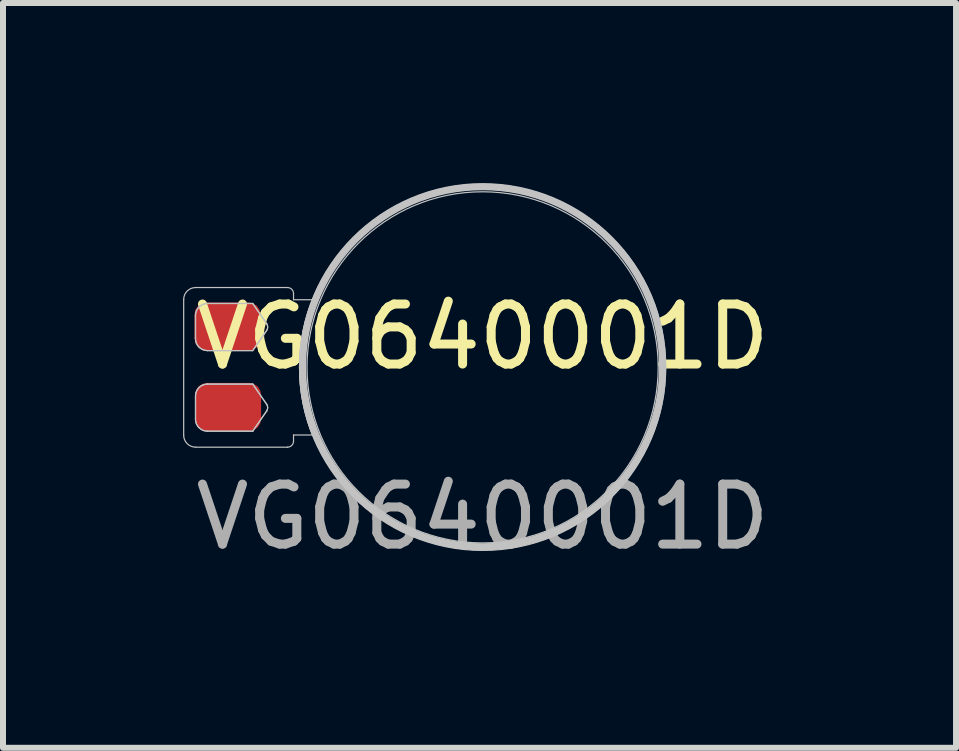
<source format=kicad_pcb>
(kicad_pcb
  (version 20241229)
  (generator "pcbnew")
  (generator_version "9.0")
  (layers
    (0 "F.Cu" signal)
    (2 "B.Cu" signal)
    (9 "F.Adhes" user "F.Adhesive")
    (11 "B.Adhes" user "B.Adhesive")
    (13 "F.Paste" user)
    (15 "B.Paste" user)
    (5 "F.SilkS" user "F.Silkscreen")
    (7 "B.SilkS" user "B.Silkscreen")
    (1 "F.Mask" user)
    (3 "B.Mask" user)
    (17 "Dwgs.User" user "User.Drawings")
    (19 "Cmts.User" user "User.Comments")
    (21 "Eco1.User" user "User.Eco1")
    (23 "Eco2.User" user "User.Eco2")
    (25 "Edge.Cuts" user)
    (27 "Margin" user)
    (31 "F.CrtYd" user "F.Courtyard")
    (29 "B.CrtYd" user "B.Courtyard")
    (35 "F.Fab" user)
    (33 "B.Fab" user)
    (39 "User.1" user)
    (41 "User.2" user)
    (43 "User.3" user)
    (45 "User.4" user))
  (footprint "VG0640001D"
    (layer "F.Cu")
    (at 4.99 3.06)
    (property "Reference" "VG0640001D" (at 0 -0.5 0) (unlocked yes) (layer "F.SilkS") (effects (font (size 1 1) (thickness 0.15))))
    (attr smd)
    (fp_line (start -4.98 1.14) (end -4.98 -1.12) (stroke (width 0.02) (type solid)) (layer "Dwgs.User"))
    (fp_line (start -4.783 -0.854) (end -4.783 -0.469) (stroke (width 0.02) (type solid)) (layer "Dwgs.User"))
    (fp_line (start -4.783 -0.469) (end -4.783 -0.854) (stroke (width 0.02) (type solid)) (layer "Dwgs.User"))
    (fp_line (start -4.783 0.874) (end -4.783 0.489) (stroke (width 0.02) (type solid)) (layer "Dwgs.User"))
    (fp_line (start -4.783 0.874) (end -4.783 0.489) (stroke (width 0.02) (type solid)) (layer "Dwgs.User"))
    (fp_line (start -4.78 -1.32) (end -3.25 -1.32) (stroke (width 0.02) (type solid)) (layer "Dwgs.User"))
    (fp_line (start -4.583 -1.054) (end -3.83 -1.054) (stroke (width 0.02) (type solid)) (layer "Dwgs.User"))
    (fp_line (start -4.583 -0.269) (end -3.83 -0.269) (stroke (width 0.02) (type solid)) (layer "Dwgs.User"))
    (fp_line (start -4.583 0.289) (end -3.83 0.289) (stroke (width 0.02) (type solid)) (layer "Dwgs.User"))
    (fp_line (start -4.583 0.289) (end -3.83 0.289) (stroke (width 0.02) (type solid)) (layer "Dwgs.User"))
    (fp_line (start -3.83 -1.054) (end -4.583 -1.054) (stroke (width 0.02) (type solid)) (layer "Dwgs.User"))
    (fp_line (start -3.83 -1.054) (end -3.598 -0.718) (stroke (width 0.02) (type solid)) (layer "Dwgs.User"))
    (fp_line (start -3.83 -0.269) (end -4.583 -0.269) (stroke (width 0.02) (type solid)) (layer "Dwgs.User"))
    (fp_line (start -3.83 -0.269) (end -3.598 -0.604) (stroke (width 0.02) (type solid)) (layer "Dwgs.User"))
    (fp_line (start -3.83 0.289) (end -3.598 0.624) (stroke (width 0.02) (type solid)) (layer "Dwgs.User"))
    (fp_line (start -3.83 0.289) (end -3.598 0.624) (stroke (width 0.02) (type solid)) (layer "Dwgs.User"))
    (fp_line (start -3.83 1.074) (end -4.583 1.074) (stroke (width 0.02) (type solid)) (layer "Dwgs.User"))
    (fp_line (start -3.83 1.074) (end -4.583 1.074) (stroke (width 0.02) (type solid)) (layer "Dwgs.User"))
    (fp_line (start -3.598 -0.718) (end -3.83 -1.054) (stroke (width 0.02) (type solid)) (layer "Dwgs.User"))
    (fp_line (start -3.598 -0.604) (end -3.83 -0.269) (stroke (width 0.02) (type solid)) (layer "Dwgs.User"))
    (fp_line (start -3.598 0.738) (end -3.83 1.074) (stroke (width 0.02) (type solid)) (layer "Dwgs.User"))
    (fp_line (start -3.598 0.738) (end -3.83 1.074) (stroke (width 0.02) (type solid)) (layer "Dwgs.User"))
    (fp_line (start -3.25 1.34) (end -4.78 1.34) (stroke (width 0.02) (type solid)) (layer "Dwgs.User"))
    (fp_line (start -3.15 -1.22) (end -3.15 -1.117) (stroke (width 0.02) (type solid)) (layer "Dwgs.User"))
    (fp_line (start -3.15 -1.117) (end -2.834 -1.117) (stroke (width 0.02) (type solid)) (layer "Dwgs.User"))
    (fp_line (start -3.15 1.137) (end -3.15 1.24) (stroke (width 0.02) (type solid)) (layer "Dwgs.User"))
    (fp_line (start -2.834 1.137) (end -3.15 1.137) (stroke (width 0.02) (type solid)) (layer "Dwgs.User"))
    (fp_arc (start -4.980267 -1.119646) (mid -4.921689 -1.261068) (end -4.780267 -1.319646) (stroke (width 0.02) (type solid)) (layer "Dwgs.User"))
    (fp_arc (start -4.783429 -0.853556) (mid -4.72485 -0.994977) (end -4.583429 -1.053556) (stroke (width 0.02) (type solid)) (layer "Dwgs.User"))
    (fp_arc (start -4.783429 -0.853556) (mid -4.72485 -0.994977) (end -4.583429 -1.053556) (stroke (width 0.02) (type solid)) (layer "Dwgs.User"))
    (fp_arc (start -4.783429 0.489168) (mid -4.72485 0.347747) (end -4.583429 0.289168) (stroke (width 0.02) (type solid)) (layer "Dwgs.User"))
    (fp_arc (start -4.783429 0.489168) (mid -4.72485 0.347747) (end -4.583429 0.289168) (stroke (width 0.02) (type solid)) (layer "Dwgs.User"))
    (fp_arc (start -4.780267 1.339646) (mid -4.921689 1.281068) (end -4.980267 1.139646) (stroke (width 0.02) (type solid)) (layer "Dwgs.User"))
    (fp_arc (start -4.583429 -0.269168) (mid -4.72485 -0.327747) (end -4.783429 -0.469168) (stroke (width 0.02) (type solid)) (layer "Dwgs.User"))
    (fp_arc (start -4.583429 -0.269168) (mid -4.72485 -0.327747) (end -4.783429 -0.469168) (stroke (width 0.02) (type solid)) (layer "Dwgs.User"))
    (fp_arc (start -4.583429 1.073556) (mid -4.72485 1.014977) (end -4.783429 0.873556) (stroke (width 0.02) (type solid)) (layer "Dwgs.User"))
    (fp_arc (start -4.583429 1.073556) (mid -4.72485 1.014977) (end -4.783429 0.873556) (stroke (width 0.02) (type solid)) (layer "Dwgs.User"))
    (fp_arc (start -3.598122 -0.718319) (mid -3.580317 -0.661363) (end -3.598122 -0.604406) (stroke (width 0.02) (type solid)) (layer "Dwgs.User"))
    (fp_arc (start -3.598122 -0.718319) (mid -3.580317 -0.661363) (end -3.598122 -0.604406) (stroke (width 0.02) (type solid)) (layer "Dwgs.User"))
    (fp_arc (start -3.598122 0.624406) (mid -3.580317 0.681362) (end -3.598122 0.738319) (stroke (width 0.02) (type solid)) (layer "Dwgs.User"))
    (fp_arc (start -3.598122 0.624406) (mid -3.580317 0.681362) (end -3.598122 0.738319) (stroke (width 0.02) (type solid)) (layer "Dwgs.User"))
    (fp_arc (start -3.25 -1.319646) (mid -3.179289 -1.290357) (end -3.15 -1.219646) (stroke (width 0.02) (type solid)) (layer "Dwgs.User"))
    (fp_arc (start -3.15 1.239646) (mid -3.179289 1.310357) (end -3.25 1.339646) (stroke (width 0.02) (type solid)) (layer "Dwgs.User"))
    (fp_arc (start -2.834128 1.137039) (mid -3.05 0.01) (end -2.834128 -1.117039) (stroke (width 0.02) (type solid)) (layer "Dwgs.User"))
    (fp_circle (center 0 0) (end 3 0) (stroke (width 0.12) (type solid)) (fill no) (layer "Dwgs.User"))
    (fp_circle (center 0 0.01) (end 2.925 0.01) (stroke (width 0.02) (type solid)) (fill no) (layer "Dwgs.User"))
    (fp_circle (center 0 0.01) (end 3.05 0.01) (stroke (width 0.02) (type solid)) (fill no) (layer "Dwgs.User"))
    (fp_text user "${REFERENCE}" (at 0 2.5 0) (unlocked yes) (layer "F.Fab") (effects (font (size 1 1) (thickness 0.15))))
    (pad "1" smd roundrect (at -4.25 -0.67) (size 1.1 0.8) (layers "F.Cu" "F.Mask" "F.Paste") (roundrect_rratio 0.25))
    (pad "2" smd roundrect (at -4.24 0.67) (size 1.1 0.8) (layers "F.Cu" "F.Mask" "F.Paste") (roundrect_rratio 0.25)))
  (gr_rect
    (start -3 -3)
    (end 12.877 9.408)
    (stroke (width 0.1) (type default))
    (fill no)
    (layer "Edge.Cuts")))
</source>
